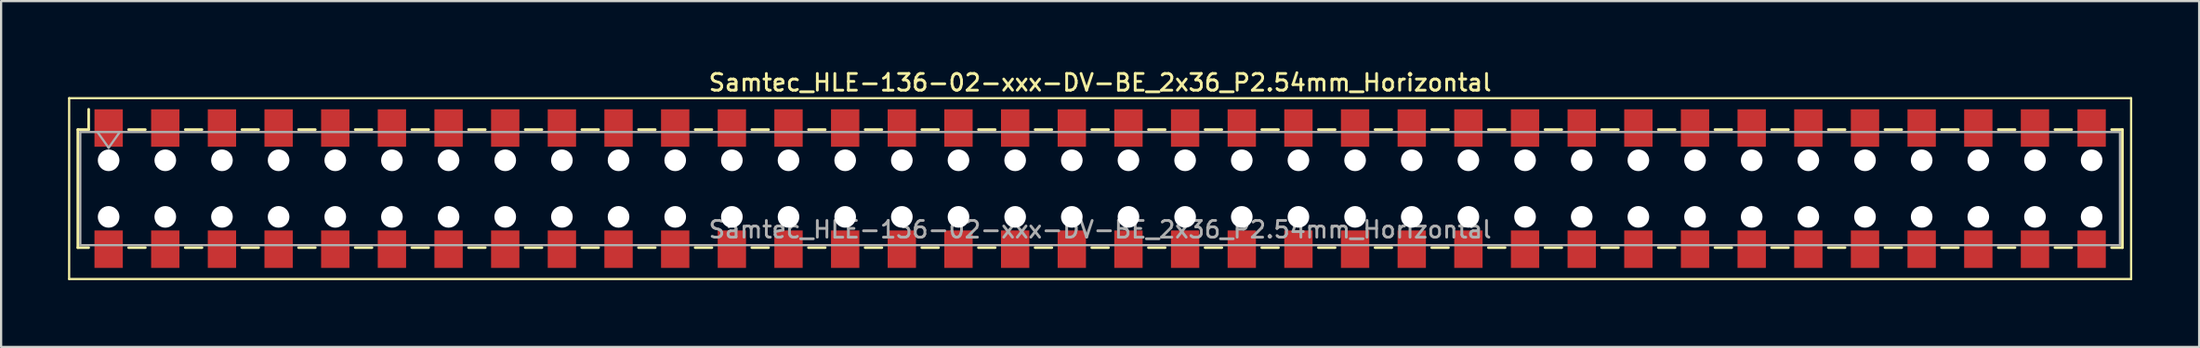
<source format=kicad_pcb>
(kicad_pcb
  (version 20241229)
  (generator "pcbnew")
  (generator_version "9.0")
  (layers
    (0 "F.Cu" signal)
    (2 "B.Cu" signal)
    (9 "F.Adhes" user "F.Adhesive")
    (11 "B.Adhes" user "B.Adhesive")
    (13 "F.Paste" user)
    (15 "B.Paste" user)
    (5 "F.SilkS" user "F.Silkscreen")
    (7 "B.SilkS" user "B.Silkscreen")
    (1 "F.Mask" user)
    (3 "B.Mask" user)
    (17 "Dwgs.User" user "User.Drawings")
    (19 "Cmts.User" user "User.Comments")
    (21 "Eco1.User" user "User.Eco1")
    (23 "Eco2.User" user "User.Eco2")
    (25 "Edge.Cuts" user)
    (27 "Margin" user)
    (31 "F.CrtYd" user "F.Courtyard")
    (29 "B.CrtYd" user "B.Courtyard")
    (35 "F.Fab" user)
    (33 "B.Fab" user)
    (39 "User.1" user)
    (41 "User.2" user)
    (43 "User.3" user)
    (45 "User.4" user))
  (footprint "Samtec_HLE-136-02-xxx-DV-BE_2x36_P2.54mm_Horizontal"
    (layer "F.Cu")
    (at 46.27 5.418)
    (property "Reference" "Samtec_HLE-136-02-xxx-DV-BE_2x36_P2.54mm_Horizontal" (at 0 -4.76 0) (layer "F.SilkS") (effects (font (size 0.75 0.75) (thickness 0.125))))
    (attr smd)
    (fp_line (start -46.22 -4.06) (end 46.22 -4.06) (stroke (width 0.1) (type solid)) (layer "F.SilkS"))
    (fp_line (start -46.22 4.06) (end -46.22 -4.06) (stroke (width 0.1) (type solid)) (layer "F.SilkS"))
    (fp_line (start -45.83 -2.65) (end -45.83 2.65) (stroke (width 0.12) (type solid)) (layer "F.SilkS"))
    (fp_line (start -45.83 2.65) (end -45.345 2.65) (stroke (width 0.12) (type solid)) (layer "F.SilkS"))
    (fp_line (start -45.345 -3.56) (end -45.345 -2.65) (stroke (width 0.12) (type solid)) (layer "F.SilkS"))
    (fp_line (start -45.345 -2.65) (end -45.83 -2.65) (stroke (width 0.12) (type solid)) (layer "F.SilkS"))
    (fp_line (start -43.555 -2.65) (end -42.805 -2.65) (stroke (width 0.12) (type solid)) (layer "F.SilkS"))
    (fp_line (start -43.555 2.65) (end -42.805 2.65) (stroke (width 0.12) (type solid)) (layer "F.SilkS"))
    (fp_line (start -41.015 -2.65) (end -40.265 -2.65) (stroke (width 0.12) (type solid)) (layer "F.SilkS"))
    (fp_line (start -41.015 2.65) (end -40.265 2.65) (stroke (width 0.12) (type solid)) (layer "F.SilkS"))
    (fp_line (start -38.475 -2.65) (end -37.725 -2.65) (stroke (width 0.12) (type solid)) (layer "F.SilkS"))
    (fp_line (start -38.475 2.65) (end -37.725 2.65) (stroke (width 0.12) (type solid)) (layer "F.SilkS"))
    (fp_line (start -35.935 -2.65) (end -35.185 -2.65) (stroke (width 0.12) (type solid)) (layer "F.SilkS"))
    (fp_line (start -35.935 2.65) (end -35.185 2.65) (stroke (width 0.12) (type solid)) (layer "F.SilkS"))
    (fp_line (start -33.395 -2.65) (end -32.645 -2.65) (stroke (width 0.12) (type solid)) (layer "F.SilkS"))
    (fp_line (start -33.395 2.65) (end -32.645 2.65) (stroke (width 0.12) (type solid)) (layer "F.SilkS"))
    (fp_line (start -30.855 -2.65) (end -30.105 -2.65) (stroke (width 0.12) (type solid)) (layer "F.SilkS"))
    (fp_line (start -30.855 2.65) (end -30.105 2.65) (stroke (width 0.12) (type solid)) (layer "F.SilkS"))
    (fp_line (start -28.315 -2.65) (end -27.565 -2.65) (stroke (width 0.12) (type solid)) (layer "F.SilkS"))
    (fp_line (start -28.315 2.65) (end -27.565 2.65) (stroke (width 0.12) (type solid)) (layer "F.SilkS"))
    (fp_line (start -25.775 -2.65) (end -25.025 -2.65) (stroke (width 0.12) (type solid)) (layer "F.SilkS"))
    (fp_line (start -25.775 2.65) (end -25.025 2.65) (stroke (width 0.12) (type solid)) (layer "F.SilkS"))
    (fp_line (start -23.235 -2.65) (end -22.485 -2.65) (stroke (width 0.12) (type solid)) (layer "F.SilkS"))
    (fp_line (start -23.235 2.65) (end -22.485 2.65) (stroke (width 0.12) (type solid)) (layer "F.SilkS"))
    (fp_line (start -20.695 -2.65) (end -19.945 -2.65) (stroke (width 0.12) (type solid)) (layer "F.SilkS"))
    (fp_line (start -20.695 2.65) (end -19.945 2.65) (stroke (width 0.12) (type solid)) (layer "F.SilkS"))
    (fp_line (start -18.155 -2.65) (end -17.405 -2.65) (stroke (width 0.12) (type solid)) (layer "F.SilkS"))
    (fp_line (start -18.155 2.65) (end -17.405 2.65) (stroke (width 0.12) (type solid)) (layer "F.SilkS"))
    (fp_line (start -15.615 -2.65) (end -14.865 -2.65) (stroke (width 0.12) (type solid)) (layer "F.SilkS"))
    (fp_line (start -15.615 2.65) (end -14.865 2.65) (stroke (width 0.12) (type solid)) (layer "F.SilkS"))
    (fp_line (start -13.075 -2.65) (end -12.325 -2.65) (stroke (width 0.12) (type solid)) (layer "F.SilkS"))
    (fp_line (start -13.075 2.65) (end -12.325 2.65) (stroke (width 0.12) (type solid)) (layer "F.SilkS"))
    (fp_line (start -10.535 -2.65) (end -9.785 -2.65) (stroke (width 0.12) (type solid)) (layer "F.SilkS"))
    (fp_line (start -10.535 2.65) (end -9.785 2.65) (stroke (width 0.12) (type solid)) (layer "F.SilkS"))
    (fp_line (start -7.995 -2.65) (end -7.245 -2.65) (stroke (width 0.12) (type solid)) (layer "F.SilkS"))
    (fp_line (start -7.995 2.65) (end -7.245 2.65) (stroke (width 0.12) (type solid)) (layer "F.SilkS"))
    (fp_line (start -5.455 -2.65) (end -4.705 -2.65) (stroke (width 0.12) (type solid)) (layer "F.SilkS"))
    (fp_line (start -5.455 2.65) (end -4.705 2.65) (stroke (width 0.12) (type solid)) (layer "F.SilkS"))
    (fp_line (start -2.915 -2.65) (end -2.165 -2.65) (stroke (width 0.12) (type solid)) (layer "F.SilkS"))
    (fp_line (start -2.915 2.65) (end -2.165 2.65) (stroke (width 0.12) (type solid)) (layer "F.SilkS"))
    (fp_line (start -0.375 -2.65) (end 0.375 -2.65) (stroke (width 0.12) (type solid)) (layer "F.SilkS"))
    (fp_line (start -0.375 2.65) (end 0.375 2.65) (stroke (width 0.12) (type solid)) (layer "F.SilkS"))
    (fp_line (start 2.165 -2.65) (end 2.915 -2.65) (stroke (width 0.12) (type solid)) (layer "F.SilkS"))
    (fp_line (start 2.165 2.65) (end 2.915 2.65) (stroke (width 0.12) (type solid)) (layer "F.SilkS"))
    (fp_line (start 4.705 -2.65) (end 5.455 -2.65) (stroke (width 0.12) (type solid)) (layer "F.SilkS"))
    (fp_line (start 4.705 2.65) (end 5.455 2.65) (stroke (width 0.12) (type solid)) (layer "F.SilkS"))
    (fp_line (start 7.245 -2.65) (end 7.995 -2.65) (stroke (width 0.12) (type solid)) (layer "F.SilkS"))
    (fp_line (start 7.245 2.65) (end 7.995 2.65) (stroke (width 0.12) (type solid)) (layer "F.SilkS"))
    (fp_line (start 9.785 -2.65) (end 10.535 -2.65) (stroke (width 0.12) (type solid)) (layer "F.SilkS"))
    (fp_line (start 9.785 2.65) (end 10.535 2.65) (stroke (width 0.12) (type solid)) (layer "F.SilkS"))
    (fp_line (start 12.325 -2.65) (end 13.075 -2.65) (stroke (width 0.12) (type solid)) (layer "F.SilkS"))
    (fp_line (start 12.325 2.65) (end 13.075 2.65) (stroke (width 0.12) (type solid)) (layer "F.SilkS"))
    (fp_line (start 14.865 -2.65) (end 15.615 -2.65) (stroke (width 0.12) (type solid)) (layer "F.SilkS"))
    (fp_line (start 14.865 2.65) (end 15.615 2.65) (stroke (width 0.12) (type solid)) (layer "F.SilkS"))
    (fp_line (start 17.405 -2.65) (end 18.155 -2.65) (stroke (width 0.12) (type solid)) (layer "F.SilkS"))
    (fp_line (start 17.405 2.65) (end 18.155 2.65) (stroke (width 0.12) (type solid)) (layer "F.SilkS"))
    (fp_line (start 19.945 -2.65) (end 20.695 -2.65) (stroke (width 0.12) (type solid)) (layer "F.SilkS"))
    (fp_line (start 19.945 2.65) (end 20.695 2.65) (stroke (width 0.12) (type solid)) (layer "F.SilkS"))
    (fp_line (start 22.485 -2.65) (end 23.235 -2.65) (stroke (width 0.12) (type solid)) (layer "F.SilkS"))
    (fp_line (start 22.485 2.65) (end 23.235 2.65) (stroke (width 0.12) (type solid)) (layer "F.SilkS"))
    (fp_line (start 25.025 -2.65) (end 25.775 -2.65) (stroke (width 0.12) (type solid)) (layer "F.SilkS"))
    (fp_line (start 25.025 2.65) (end 25.775 2.65) (stroke (width 0.12) (type solid)) (layer "F.SilkS"))
    (fp_line (start 27.565 -2.65) (end 28.315 -2.65) (stroke (width 0.12) (type solid)) (layer "F.SilkS"))
    (fp_line (start 27.565 2.65) (end 28.315 2.65) (stroke (width 0.12) (type solid)) (layer "F.SilkS"))
    (fp_line (start 30.105 -2.65) (end 30.855 -2.65) (stroke (width 0.12) (type solid)) (layer "F.SilkS"))
    (fp_line (start 30.105 2.65) (end 30.855 2.65) (stroke (width 0.12) (type solid)) (layer "F.SilkS"))
    (fp_line (start 32.645 -2.65) (end 33.395 -2.65) (stroke (width 0.12) (type solid)) (layer "F.SilkS"))
    (fp_line (start 32.645 2.65) (end 33.395 2.65) (stroke (width 0.12) (type solid)) (layer "F.SilkS"))
    (fp_line (start 35.185 -2.65) (end 35.935 -2.65) (stroke (width 0.12) (type solid)) (layer "F.SilkS"))
    (fp_line (start 35.185 2.65) (end 35.935 2.65) (stroke (width 0.12) (type solid)) (layer "F.SilkS"))
    (fp_line (start 37.725 -2.65) (end 38.475 -2.65) (stroke (width 0.12) (type solid)) (layer "F.SilkS"))
    (fp_line (start 37.725 2.65) (end 38.475 2.65) (stroke (width 0.12) (type solid)) (layer "F.SilkS"))
    (fp_line (start 40.265 -2.65) (end 41.015 -2.65) (stroke (width 0.12) (type solid)) (layer "F.SilkS"))
    (fp_line (start 40.265 2.65) (end 41.015 2.65) (stroke (width 0.12) (type solid)) (layer "F.SilkS"))
    (fp_line (start 42.805 -2.65) (end 43.555 -2.65) (stroke (width 0.12) (type solid)) (layer "F.SilkS"))
    (fp_line (start 42.805 2.65) (end 43.555 2.65) (stroke (width 0.12) (type solid)) (layer "F.SilkS"))
    (fp_line (start 45.345 -2.65) (end 45.83 -2.65) (stroke (width 0.12) (type solid)) (layer "F.SilkS"))
    (fp_line (start 45.83 -2.65) (end 45.83 2.65) (stroke (width 0.12) (type solid)) (layer "F.SilkS"))
    (fp_line (start 45.83 2.65) (end 45.345 2.65) (stroke (width 0.12) (type solid)) (layer "F.SilkS"))
    (fp_line (start 46.22 -4.06) (end 46.22 4.06) (stroke (width 0.1) (type solid)) (layer "F.SilkS"))
    (fp_line (start 46.22 4.06) (end -46.22 4.06) (stroke (width 0.1) (type solid)) (layer "F.SilkS"))
    (fp_line (start -45.72 -2.54) (end 45.72 -2.54) (stroke (width 0.1) (type solid)) (layer "F.Fab"))
    (fp_line (start -45.72 2.54) (end -45.72 -2.54) (stroke (width 0.1) (type solid)) (layer "F.Fab"))
    (fp_line (start -44.95 -2.54) (end -44.45 -1.833) (stroke (width 0.1) (type solid)) (layer "F.Fab"))
    (fp_line (start -44.45 -1.833) (end -43.95 -2.54) (stroke (width 0.1) (type solid)) (layer "F.Fab"))
    (fp_line (start 45.72 -2.54) (end 45.72 2.54) (stroke (width 0.1) (type solid)) (layer "F.Fab"))
    (fp_line (start 45.72 2.54) (end -45.72 2.54) (stroke (width 0.1) (type solid)) (layer "F.Fab"))
    (fp_text user "${REFERENCE}" (at 0 1.84 0) (layer "F.Fab") (effects (font (size 0.75 0.75) (thickness 0.125))))
    (pad "" np_thru_hole circle (at -44.45 -1.27) (size 0.97 0.97) (drill 0.97) (layers "*.Cu" "*.Mask"))
    (pad "" np_thru_hole circle (at -44.45 1.27) (size 0.97 0.97) (drill 0.97) (layers "*.Cu" "*.Mask"))
    (pad "" np_thru_hole circle (at -41.91 -1.27) (size 0.97 0.97) (drill 0.97) (layers "*.Cu" "*.Mask"))
    (pad "" np_thru_hole circle (at -41.91 1.27) (size 0.97 0.97) (drill 0.97) (layers "*.Cu" "*.Mask"))
    (pad "" np_thru_hole circle (at -39.37 -1.27) (size 0.97 0.97) (drill 0.97) (layers "*.Cu" "*.Mask"))
    (pad "" np_thru_hole circle (at -39.37 1.27) (size 0.97 0.97) (drill 0.97) (layers "*.Cu" "*.Mask"))
    (pad "" np_thru_hole circle (at -36.83 -1.27) (size 0.97 0.97) (drill 0.97) (layers "*.Cu" "*.Mask"))
    (pad "" np_thru_hole circle (at -36.83 1.27) (size 0.97 0.97) (drill 0.97) (layers "*.Cu" "*.Mask"))
    (pad "" np_thru_hole circle (at -34.29 -1.27) (size 0.97 0.97) (drill 0.97) (layers "*.Cu" "*.Mask"))
    (pad "" np_thru_hole circle (at -34.29 1.27) (size 0.97 0.97) (drill 0.97) (layers "*.Cu" "*.Mask"))
    (pad "" np_thru_hole circle (at -31.75 -1.27) (size 0.97 0.97) (drill 0.97) (layers "*.Cu" "*.Mask"))
    (pad "" np_thru_hole circle (at -31.75 1.27) (size 0.97 0.97) (drill 0.97) (layers "*.Cu" "*.Mask"))
    (pad "" np_thru_hole circle (at -29.21 -1.27) (size 0.97 0.97) (drill 0.97) (layers "*.Cu" "*.Mask"))
    (pad "" np_thru_hole circle (at -29.21 1.27) (size 0.97 0.97) (drill 0.97) (layers "*.Cu" "*.Mask"))
    (pad "" np_thru_hole circle (at -26.67 -1.27) (size 0.97 0.97) (drill 0.97) (layers "*.Cu" "*.Mask"))
    (pad "" np_thru_hole circle (at -26.67 1.27) (size 0.97 0.97) (drill 0.97) (layers "*.Cu" "*.Mask"))
    (pad "" np_thru_hole circle (at -24.13 -1.27) (size 0.97 0.97) (drill 0.97) (layers "*.Cu" "*.Mask"))
    (pad "" np_thru_hole circle (at -24.13 1.27) (size 0.97 0.97) (drill 0.97) (layers "*.Cu" "*.Mask"))
    (pad "" np_thru_hole circle (at -21.59 -1.27) (size 0.97 0.97) (drill 0.97) (layers "*.Cu" "*.Mask"))
    (pad "" np_thru_hole circle (at -21.59 1.27) (size 0.97 0.97) (drill 0.97) (layers "*.Cu" "*.Mask"))
    (pad "" np_thru_hole circle (at -19.05 -1.27) (size 0.97 0.97) (drill 0.97) (layers "*.Cu" "*.Mask"))
    (pad "" np_thru_hole circle (at -19.05 1.27) (size 0.97 0.97) (drill 0.97) (layers "*.Cu" "*.Mask"))
    (pad "" np_thru_hole circle (at -16.51 -1.27) (size 0.97 0.97) (drill 0.97) (layers "*.Cu" "*.Mask"))
    (pad "" np_thru_hole circle (at -16.51 1.27) (size 0.97 0.97) (drill 0.97) (layers "*.Cu" "*.Mask"))
    (pad "" np_thru_hole circle (at -13.97 -1.27) (size 0.97 0.97) (drill 0.97) (layers "*.Cu" "*.Mask"))
    (pad "" np_thru_hole circle (at -13.97 1.27) (size 0.97 0.97) (drill 0.97) (layers "*.Cu" "*.Mask"))
    (pad "" np_thru_hole circle (at -11.43 -1.27) (size 0.97 0.97) (drill 0.97) (layers "*.Cu" "*.Mask"))
    (pad "" np_thru_hole circle (at -11.43 1.27) (size 0.97 0.97) (drill 0.97) (layers "*.Cu" "*.Mask"))
    (pad "" np_thru_hole circle (at -8.89 -1.27) (size 0.97 0.97) (drill 0.97) (layers "*.Cu" "*.Mask"))
    (pad "" np_thru_hole circle (at -8.89 1.27) (size 0.97 0.97) (drill 0.97) (layers "*.Cu" "*.Mask"))
    (pad "" np_thru_hole circle (at -6.35 -1.27) (size 0.97 0.97) (drill 0.97) (layers "*.Cu" "*.Mask"))
    (pad "" np_thru_hole circle (at -6.35 1.27) (size 0.97 0.97) (drill 0.97) (layers "*.Cu" "*.Mask"))
    (pad "" np_thru_hole circle (at -3.81 -1.27) (size 0.97 0.97) (drill 0.97) (layers "*.Cu" "*.Mask"))
    (pad "" np_thru_hole circle (at -3.81 1.27) (size 0.97 0.97) (drill 0.97) (layers "*.Cu" "*.Mask"))
    (pad "" np_thru_hole circle (at -1.27 -1.27) (size 0.97 0.97) (drill 0.97) (layers "*.Cu" "*.Mask"))
    (pad "" np_thru_hole circle (at -1.27 1.27) (size 0.97 0.97) (drill 0.97) (layers "*.Cu" "*.Mask"))
    (pad "" np_thru_hole circle (at 1.27 -1.27) (size 0.97 0.97) (drill 0.97) (layers "*.Cu" "*.Mask"))
    (pad "" np_thru_hole circle (at 1.27 1.27) (size 0.97 0.97) (drill 0.97) (layers "*.Cu" "*.Mask"))
    (pad "" np_thru_hole circle (at 3.81 -1.27) (size 0.97 0.97) (drill 0.97) (layers "*.Cu" "*.Mask"))
    (pad "" np_thru_hole circle (at 3.81 1.27) (size 0.97 0.97) (drill 0.97) (layers "*.Cu" "*.Mask"))
    (pad "" np_thru_hole circle (at 6.35 -1.27) (size 0.97 0.97) (drill 0.97) (layers "*.Cu" "*.Mask"))
    (pad "" np_thru_hole circle (at 6.35 1.27) (size 0.97 0.97) (drill 0.97) (layers "*.Cu" "*.Mask"))
    (pad "" np_thru_hole circle (at 8.89 -1.27) (size 0.97 0.97) (drill 0.97) (layers "*.Cu" "*.Mask"))
    (pad "" np_thru_hole circle (at 8.89 1.27) (size 0.97 0.97) (drill 0.97) (layers "*.Cu" "*.Mask"))
    (pad "" np_thru_hole circle (at 11.43 -1.27) (size 0.97 0.97) (drill 0.97) (layers "*.Cu" "*.Mask"))
    (pad "" np_thru_hole circle (at 11.43 1.27) (size 0.97 0.97) (drill 0.97) (layers "*.Cu" "*.Mask"))
    (pad "" np_thru_hole circle (at 13.97 -1.27) (size 0.97 0.97) (drill 0.97) (layers "*.Cu" "*.Mask"))
    (pad "" np_thru_hole circle (at 13.97 1.27) (size 0.97 0.97) (drill 0.97) (layers "*.Cu" "*.Mask"))
    (pad "" np_thru_hole circle (at 16.51 -1.27) (size 0.97 0.97) (drill 0.97) (layers "*.Cu" "*.Mask"))
    (pad "" np_thru_hole circle (at 16.51 1.27) (size 0.97 0.97) (drill 0.97) (layers "*.Cu" "*.Mask"))
    (pad "" np_thru_hole circle (at 19.05 -1.27) (size 0.97 0.97) (drill 0.97) (layers "*.Cu" "*.Mask"))
    (pad "" np_thru_hole circle (at 19.05 1.27) (size 0.97 0.97) (drill 0.97) (layers "*.Cu" "*.Mask"))
    (pad "" np_thru_hole circle (at 21.59 -1.27) (size 0.97 0.97) (drill 0.97) (layers "*.Cu" "*.Mask"))
    (pad "" np_thru_hole circle (at 21.59 1.27) (size 0.97 0.97) (drill 0.97) (layers "*.Cu" "*.Mask"))
    (pad "" np_thru_hole circle (at 24.13 -1.27) (size 0.97 0.97) (drill 0.97) (layers "*.Cu" "*.Mask"))
    (pad "" np_thru_hole circle (at 24.13 1.27) (size 0.97 0.97) (drill 0.97) (layers "*.Cu" "*.Mask"))
    (pad "" np_thru_hole circle (at 26.67 -1.27) (size 0.97 0.97) (drill 0.97) (layers "*.Cu" "*.Mask"))
    (pad "" np_thru_hole circle (at 26.67 1.27) (size 0.97 0.97) (drill 0.97) (layers "*.Cu" "*.Mask"))
    (pad "" np_thru_hole circle (at 29.21 -1.27) (size 0.97 0.97) (drill 0.97) (layers "*.Cu" "*.Mask"))
    (pad "" np_thru_hole circle (at 29.21 1.27) (size 0.97 0.97) (drill 0.97) (layers "*.Cu" "*.Mask"))
    (pad "" np_thru_hole circle (at 31.75 -1.27) (size 0.97 0.97) (drill 0.97) (layers "*.Cu" "*.Mask"))
    (pad "" np_thru_hole circle (at 31.75 1.27) (size 0.97 0.97) (drill 0.97) (layers "*.Cu" "*.Mask"))
    (pad "" np_thru_hole circle (at 34.29 -1.27) (size 0.97 0.97) (drill 0.97) (layers "*.Cu" "*.Mask"))
    (pad "" np_thru_hole circle (at 34.29 1.27) (size 0.97 0.97) (drill 0.97) (layers "*.Cu" "*.Mask"))
    (pad "" np_thru_hole circle (at 36.83 -1.27) (size 0.97 0.97) (drill 0.97) (layers "*.Cu" "*.Mask"))
    (pad "" np_thru_hole circle (at 36.83 1.27) (size 0.97 0.97) (drill 0.97) (layers "*.Cu" "*.Mask"))
    (pad "" np_thru_hole circle (at 39.37 -1.27) (size 0.97 0.97) (drill 0.97) (layers "*.Cu" "*.Mask"))
    (pad "" np_thru_hole circle (at 39.37 1.27) (size 0.97 0.97) (drill 0.97) (layers "*.Cu" "*.Mask"))
    (pad "" np_thru_hole circle (at 41.91 -1.27) (size 0.97 0.97) (drill 0.97) (layers "*.Cu" "*.Mask"))
    (pad "" np_thru_hole circle (at 41.91 1.27) (size 0.97 0.97) (drill 0.97) (layers "*.Cu" "*.Mask"))
    (pad "" np_thru_hole circle (at 44.45 -1.27) (size 0.97 0.97) (drill 0.97) (layers "*.Cu" "*.Mask"))
    (pad "" np_thru_hole circle (at 44.45 1.27) (size 0.97 0.97) (drill 0.97) (layers "*.Cu" "*.Mask"))
    (pad "1" smd rect (at -44.45 -2.72) (size 1.27 1.68) (layers "F.Cu" "F.Mask" "F.Paste"))
    (pad "2" smd rect (at -44.45 2.72) (size 1.27 1.68) (layers "F.Cu" "F.Mask" "F.Paste"))
    (pad "3" smd rect (at -41.91 -2.72) (size 1.27 1.68) (layers "F.Cu" "F.Mask" "F.Paste"))
    (pad "4" smd rect (at -41.91 2.72) (size 1.27 1.68) (layers "F.Cu" "F.Mask" "F.Paste"))
    (pad "5" smd rect (at -39.37 -2.72) (size 1.27 1.68) (layers "F.Cu" "F.Mask" "F.Paste"))
    (pad "6" smd rect (at -39.37 2.72) (size 1.27 1.68) (layers "F.Cu" "F.Mask" "F.Paste"))
    (pad "7" smd rect (at -36.83 -2.72) (size 1.27 1.68) (layers "F.Cu" "F.Mask" "F.Paste"))
    (pad "8" smd rect (at -36.83 2.72) (size 1.27 1.68) (layers "F.Cu" "F.Mask" "F.Paste"))
    (pad "9" smd rect (at -34.29 -2.72) (size 1.27 1.68) (layers "F.Cu" "F.Mask" "F.Paste"))
    (pad "10" smd rect (at -34.29 2.72) (size 1.27 1.68) (layers "F.Cu" "F.Mask" "F.Paste"))
    (pad "11" smd rect (at -31.75 -2.72) (size 1.27 1.68) (layers "F.Cu" "F.Mask" "F.Paste"))
    (pad "12" smd rect (at -31.75 2.72) (size 1.27 1.68) (layers "F.Cu" "F.Mask" "F.Paste"))
    (pad "13" smd rect (at -29.21 -2.72) (size 1.27 1.68) (layers "F.Cu" "F.Mask" "F.Paste"))
    (pad "14" smd rect (at -29.21 2.72) (size 1.27 1.68) (layers "F.Cu" "F.Mask" "F.Paste"))
    (pad "15" smd rect (at -26.67 -2.72) (size 1.27 1.68) (layers "F.Cu" "F.Mask" "F.Paste"))
    (pad "16" smd rect (at -26.67 2.72) (size 1.27 1.68) (layers "F.Cu" "F.Mask" "F.Paste"))
    (pad "17" smd rect (at -24.13 -2.72) (size 1.27 1.68) (layers "F.Cu" "F.Mask" "F.Paste"))
    (pad "18" smd rect (at -24.13 2.72) (size 1.27 1.68) (layers "F.Cu" "F.Mask" "F.Paste"))
    (pad "19" smd rect (at -21.59 -2.72) (size 1.27 1.68) (layers "F.Cu" "F.Mask" "F.Paste"))
    (pad "20" smd rect (at -21.59 2.72) (size 1.27 1.68) (layers "F.Cu" "F.Mask" "F.Paste"))
    (pad "21" smd rect (at -19.05 -2.72) (size 1.27 1.68) (layers "F.Cu" "F.Mask" "F.Paste"))
    (pad "22" smd rect (at -19.05 2.72) (size 1.27 1.68) (layers "F.Cu" "F.Mask" "F.Paste"))
    (pad "23" smd rect (at -16.51 -2.72) (size 1.27 1.68) (layers "F.Cu" "F.Mask" "F.Paste"))
    (pad "24" smd rect (at -16.51 2.72) (size 1.27 1.68) (layers "F.Cu" "F.Mask" "F.Paste"))
    (pad "25" smd rect (at -13.97 -2.72) (size 1.27 1.68) (layers "F.Cu" "F.Mask" "F.Paste"))
    (pad "26" smd rect (at -13.97 2.72) (size 1.27 1.68) (layers "F.Cu" "F.Mask" "F.Paste"))
    (pad "27" smd rect (at -11.43 -2.72) (size 1.27 1.68) (layers "F.Cu" "F.Mask" "F.Paste"))
    (pad "28" smd rect (at -11.43 2.72) (size 1.27 1.68) (layers "F.Cu" "F.Mask" "F.Paste"))
    (pad "29" smd rect (at -8.89 -2.72) (size 1.27 1.68) (layers "F.Cu" "F.Mask" "F.Paste"))
    (pad "30" smd rect (at -8.89 2.72) (size 1.27 1.68) (layers "F.Cu" "F.Mask" "F.Paste"))
    (pad "31" smd rect (at -6.35 -2.72) (size 1.27 1.68) (layers "F.Cu" "F.Mask" "F.Paste"))
    (pad "32" smd rect (at -6.35 2.72) (size 1.27 1.68) (layers "F.Cu" "F.Mask" "F.Paste"))
    (pad "33" smd rect (at -3.81 -2.72) (size 1.27 1.68) (layers "F.Cu" "F.Mask" "F.Paste"))
    (pad "34" smd rect (at -3.81 2.72) (size 1.27 1.68) (layers "F.Cu" "F.Mask" "F.Paste"))
    (pad "35" smd rect (at -1.27 -2.72) (size 1.27 1.68) (layers "F.Cu" "F.Mask" "F.Paste"))
    (pad "36" smd rect (at -1.27 2.72) (size 1.27 1.68) (layers "F.Cu" "F.Mask" "F.Paste"))
    (pad "37" smd rect (at 1.27 -2.72) (size 1.27 1.68) (layers "F.Cu" "F.Mask" "F.Paste"))
    (pad "38" smd rect (at 1.27 2.72) (size 1.27 1.68) (layers "F.Cu" "F.Mask" "F.Paste"))
    (pad "39" smd rect (at 3.81 -2.72) (size 1.27 1.68) (layers "F.Cu" "F.Mask" "F.Paste"))
    (pad "40" smd rect (at 3.81 2.72) (size 1.27 1.68) (layers "F.Cu" "F.Mask" "F.Paste"))
    (pad "41" smd rect (at 6.35 -2.72) (size 1.27 1.68) (layers "F.Cu" "F.Mask" "F.Paste"))
    (pad "42" smd rect (at 6.35 2.72) (size 1.27 1.68) (layers "F.Cu" "F.Mask" "F.Paste"))
    (pad "43" smd rect (at 8.89 -2.72) (size 1.27 1.68) (layers "F.Cu" "F.Mask" "F.Paste"))
    (pad "44" smd rect (at 8.89 2.72) (size 1.27 1.68) (layers "F.Cu" "F.Mask" "F.Paste"))
    (pad "45" smd rect (at 11.43 -2.72) (size 1.27 1.68) (layers "F.Cu" "F.Mask" "F.Paste"))
    (pad "46" smd rect (at 11.43 2.72) (size 1.27 1.68) (layers "F.Cu" "F.Mask" "F.Paste"))
    (pad "47" smd rect (at 13.97 -2.72) (size 1.27 1.68) (layers "F.Cu" "F.Mask" "F.Paste"))
    (pad "48" smd rect (at 13.97 2.72) (size 1.27 1.68) (layers "F.Cu" "F.Mask" "F.Paste"))
    (pad "49" smd rect (at 16.51 -2.72) (size 1.27 1.68) (layers "F.Cu" "F.Mask" "F.Paste"))
    (pad "50" smd rect (at 16.51 2.72) (size 1.27 1.68) (layers "F.Cu" "F.Mask" "F.Paste"))
    (pad "51" smd rect (at 19.05 -2.72) (size 1.27 1.68) (layers "F.Cu" "F.Mask" "F.Paste"))
    (pad "52" smd rect (at 19.05 2.72) (size 1.27 1.68) (layers "F.Cu" "F.Mask" "F.Paste"))
    (pad "53" smd rect (at 21.59 -2.72) (size 1.27 1.68) (layers "F.Cu" "F.Mask" "F.Paste"))
    (pad "54" smd rect (at 21.59 2.72) (size 1.27 1.68) (layers "F.Cu" "F.Mask" "F.Paste"))
    (pad "55" smd rect (at 24.13 -2.72) (size 1.27 1.68) (layers "F.Cu" "F.Mask" "F.Paste"))
    (pad "56" smd rect (at 24.13 2.72) (size 1.27 1.68) (layers "F.Cu" "F.Mask" "F.Paste"))
    (pad "57" smd rect (at 26.67 -2.72) (size 1.27 1.68) (layers "F.Cu" "F.Mask" "F.Paste"))
    (pad "58" smd rect (at 26.67 2.72) (size 1.27 1.68) (layers "F.Cu" "F.Mask" "F.Paste"))
    (pad "59" smd rect (at 29.21 -2.72) (size 1.27 1.68) (layers "F.Cu" "F.Mask" "F.Paste"))
    (pad "60" smd rect (at 29.21 2.72) (size 1.27 1.68) (layers "F.Cu" "F.Mask" "F.Paste"))
    (pad "61" smd rect (at 31.75 -2.72) (size 1.27 1.68) (layers "F.Cu" "F.Mask" "F.Paste"))
    (pad "62" smd rect (at 31.75 2.72) (size 1.27 1.68) (layers "F.Cu" "F.Mask" "F.Paste"))
    (pad "63" smd rect (at 34.29 -2.72) (size 1.27 1.68) (layers "F.Cu" "F.Mask" "F.Paste"))
    (pad "64" smd rect (at 34.29 2.72) (size 1.27 1.68) (layers "F.Cu" "F.Mask" "F.Paste"))
    (pad "65" smd rect (at 36.83 -2.72) (size 1.27 1.68) (layers "F.Cu" "F.Mask" "F.Paste"))
    (pad "66" smd rect (at 36.83 2.72) (size 1.27 1.68) (layers "F.Cu" "F.Mask" "F.Paste"))
    (pad "67" smd rect (at 39.37 -2.72) (size 1.27 1.68) (layers "F.Cu" "F.Mask" "F.Paste"))
    (pad "68" smd rect (at 39.37 2.72) (size 1.27 1.68) (layers "F.Cu" "F.Mask" "F.Paste"))
    (pad "69" smd rect (at 41.91 -2.72) (size 1.27 1.68) (layers "F.Cu" "F.Mask" "F.Paste"))
    (pad "70" smd rect (at 41.91 2.72) (size 1.27 1.68) (layers "F.Cu" "F.Mask" "F.Paste"))
    (pad "71" smd rect (at 44.45 -2.72) (size 1.27 1.68) (layers "F.Cu" "F.Mask" "F.Paste"))
    (pad "72" smd rect (at 44.45 2.72) (size 1.27 1.68) (layers "F.Cu" "F.Mask" "F.Paste")))
  (gr_rect
    (start -3 -3)
    (end 95.54 12.528)
    (stroke (width 0.1) (type default))
    (fill no)
    (layer "Edge.Cuts")))
</source>
